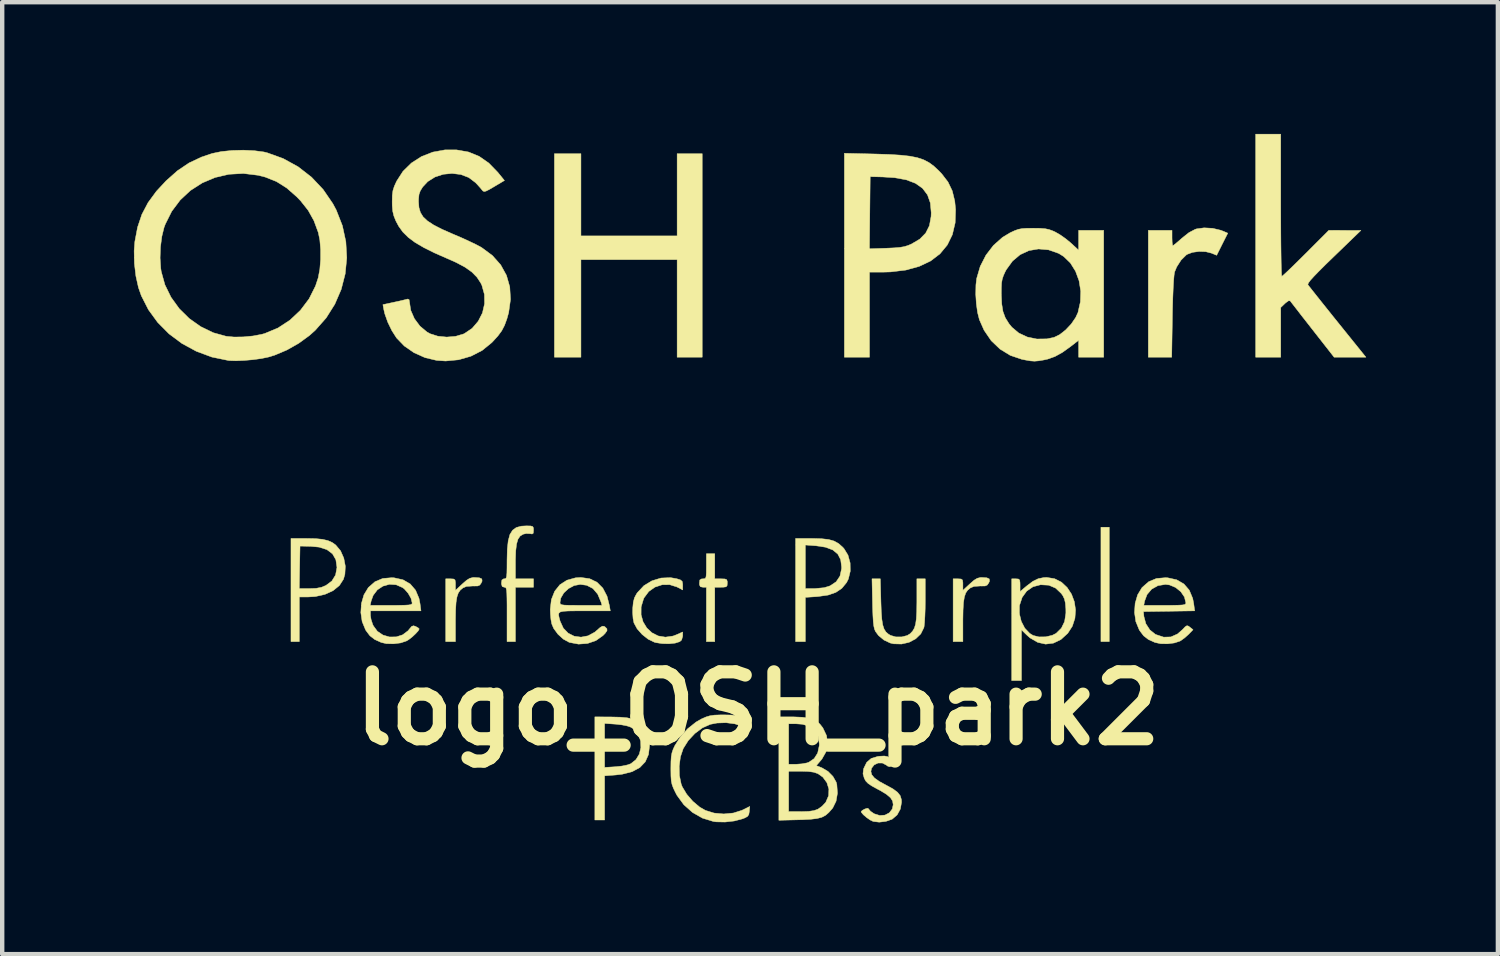
<source format=kicad_pcb>
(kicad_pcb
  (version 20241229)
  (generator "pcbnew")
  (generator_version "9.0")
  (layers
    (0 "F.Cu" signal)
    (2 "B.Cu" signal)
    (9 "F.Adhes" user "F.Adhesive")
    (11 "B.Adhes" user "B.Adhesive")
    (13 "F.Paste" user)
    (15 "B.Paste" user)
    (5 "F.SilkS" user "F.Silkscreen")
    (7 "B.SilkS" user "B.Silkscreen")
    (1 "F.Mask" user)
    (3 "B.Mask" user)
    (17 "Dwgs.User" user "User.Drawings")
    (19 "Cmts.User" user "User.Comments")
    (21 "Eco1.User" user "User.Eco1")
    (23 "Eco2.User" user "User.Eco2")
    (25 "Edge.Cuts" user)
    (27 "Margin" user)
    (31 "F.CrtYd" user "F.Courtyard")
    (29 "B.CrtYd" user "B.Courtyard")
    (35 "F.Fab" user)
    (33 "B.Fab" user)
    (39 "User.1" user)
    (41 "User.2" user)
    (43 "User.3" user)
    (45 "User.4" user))
  (footprint "logo_OSH_park2"
    (layer "F.Cu")
    (at 14.213 13.086)
    (property "Reference" "logo_OSH_park2" (at 0 0 0) (layer "F.SilkS") (effects (font (size 1.524 1.524) (thickness 0.3))))
    (attr through_hole)
    (fp_poly (pts (xy 8.001 -1.524) (xy 7.811 -1.524) (xy 7.811 -4.128) (xy 8.001 -4.128) (xy 8.001 -1.524)) (stroke (width 0.01) (type solid)) (fill yes) (layer "F.SilkS"))
    (fp_poly (pts (xy -4.032 -10.763) (xy -1.841 -10.763) (xy -1.841 -12.636) (xy -1.27 -12.636) (xy -1.27 -8.001) (xy -1.841 -8.001) (xy -1.841 -10.223) (xy -4.032 -10.223) (xy -4.032 -8.001) (xy -4.636 -8.001) (xy -4.636 -12.636) (xy -4.032 -12.636) (xy -4.032 -10.763)) (stroke (width 0.01) (type solid)) (fill yes) (layer "F.SilkS"))
    (fp_poly (pts (xy -0.984 -2.953) (xy -0.841 -2.953) (xy -0.754 -2.95) (xy -0.712 -2.934) (xy -0.699 -2.893) (xy -0.699 -2.857) (xy -0.703 -2.799) (xy -0.727 -2.771) (xy -0.787 -2.763) (xy -0.841 -2.762) (xy -0.984 -2.762) (xy -0.984 -1.524) (xy -1.175 -1.524) (xy -1.175 -2.762) (xy -1.254 -2.762) (xy -1.311 -2.773) (xy -1.332 -2.816) (xy -1.333 -2.857) (xy -1.325 -2.926) (xy -1.289 -2.95) (xy -1.254 -2.953) (xy -1.217 -2.955) (xy -1.193 -2.97) (xy -1.181 -3.01) (xy -1.176 -3.087) (xy -1.175 -3.213) (xy -1.175 -3.239) (xy -1.175 -3.524) (xy -0.984 -3.524) (xy -0.984 -2.953)) (stroke (width 0.01) (type solid)) (fill yes) (layer "F.SilkS"))
    (fp_poly (pts (xy -6.344 -2.976) (xy -6.289 -2.951) (xy -6.283 -2.902) (xy -6.302 -2.859) (xy -6.336 -2.811) (xy -6.385 -2.79) (xy -6.471 -2.789) (xy -6.491 -2.79) (xy -6.639 -2.78) (xy -6.72 -2.746) (xy -6.78 -2.696) (xy -6.825 -2.631) (xy -6.856 -2.54) (xy -6.876 -2.415) (xy -6.886 -2.246) (xy -6.89 -2.024) (xy -6.89 -2.001) (xy -6.89 -1.524) (xy -7.112 -1.524) (xy -7.112 -2.953) (xy -7.001 -2.953) (xy -6.931 -2.949) (xy -6.899 -2.926) (xy -6.89 -2.866) (xy -6.89 -2.821) (xy -6.89 -2.69) (xy -6.732 -2.837) (xy -6.637 -2.92) (xy -6.564 -2.965) (xy -6.493 -2.983) (xy -6.455 -2.984) (xy -6.344 -2.976)) (stroke (width 0.01) (type solid)) (fill yes) (layer "F.SilkS"))
    (fp_poly (pts (xy 5.213 -2.976) (xy 5.268 -2.951) (xy 5.274 -2.902) (xy 5.255 -2.859) (xy 5.221 -2.811) (xy 5.172 -2.79) (xy 5.086 -2.789) (xy 5.066 -2.79) (xy 4.918 -2.78) (xy 4.837 -2.746) (xy 4.777 -2.696) (xy 4.732 -2.631) (xy 4.701 -2.54) (xy 4.681 -2.415) (xy 4.671 -2.246) (xy 4.667 -2.024) (xy 4.667 -2.001) (xy 4.667 -1.524) (xy 4.445 -1.524) (xy 4.445 -2.953) (xy 4.556 -2.953) (xy 4.626 -2.949) (xy 4.658 -2.926) (xy 4.667 -2.866) (xy 4.667 -2.821) (xy 4.667 -2.69) (xy 4.825 -2.837) (xy 4.92 -2.92) (xy 4.993 -2.965) (xy 5.064 -2.983) (xy 5.102 -2.984) (xy 5.213 -2.976)) (stroke (width 0.01) (type solid)) (fill yes) (layer "F.SilkS"))
    (fp_poly (pts (xy 10.356 -10.936) (xy 10.54 -10.892) (xy 10.581 -10.876) (xy 10.7 -10.826) (xy 10.573 -10.574) (xy 10.447 -10.322) (xy 10.328 -10.371) (xy 10.197 -10.404) (xy 10.045 -10.409) (xy 9.897 -10.389) (xy 9.777 -10.344) (xy 9.755 -10.33) (xy 9.636 -10.212) (xy 9.537 -10.057) (xy 9.489 -9.941) (xy 9.478 -9.873) (xy 9.467 -9.748) (xy 9.457 -9.571) (xy 9.448 -9.349) (xy 9.441 -9.087) (xy 9.438 -8.914) (xy 9.423 -8.001) (xy 8.89 -8.001) (xy 8.89 -10.89) (xy 9.43 -10.89) (xy 9.43 -10.716) (xy 9.433 -10.62) (xy 9.441 -10.557) (xy 9.449 -10.541) (xy 9.479 -10.561) (xy 9.544 -10.614) (xy 9.631 -10.689) (xy 9.656 -10.712) (xy 9.815 -10.838) (xy 9.957 -10.913) (xy 9.987 -10.923) (xy 10.161 -10.947) (xy 10.356 -10.936)) (stroke (width 0.01) (type solid)) (fill yes) (layer "F.SilkS"))
    (fp_poly (pts (xy -10.295 -3.873) (xy -10.082 -3.869) (xy -9.92 -3.853) (xy -9.795 -3.824) (xy -9.694 -3.779) (xy -9.617 -3.723) (xy -9.507 -3.592) (xy -9.433 -3.425) (xy -9.398 -3.24) (xy -9.408 -3.057) (xy -9.441 -2.943) (xy -9.534 -2.8) (xy -9.678 -2.683) (xy -9.863 -2.599) (xy -10.08 -2.55) (xy -10.245 -2.54) (xy -10.446 -2.54) (xy -10.446 -1.524) (xy -10.636 -1.524) (xy -10.636 -2.731) (xy -10.447 -2.731) (xy -10.215 -2.731) (xy -10.061 -2.737) (xy -9.942 -2.76) (xy -9.841 -2.802) (xy -9.705 -2.903) (xy -9.62 -3.041) (xy -9.589 -3.209) (xy -9.589 -3.218) (xy -9.614 -3.389) (xy -9.69 -3.522) (xy -9.817 -3.618) (xy -9.994 -3.675) (xy -10.184 -3.693) (xy -10.43 -3.699) (xy -10.439 -3.215) (xy -10.447 -2.731) (xy -10.636 -2.731) (xy -10.636 -3.873) (xy -10.295 -3.873)) (stroke (width 0.01) (type solid)) (fill yes) (layer "F.SilkS"))
    (fp_poly (pts (xy 1.23 -3.873) (xy 1.444 -3.867) (xy 1.608 -3.849) (xy 1.735 -3.813) (xy 1.838 -3.755) (xy 1.93 -3.673) (xy 1.958 -3.643) (xy 2.05 -3.493) (xy 2.099 -3.314) (xy 2.102 -3.127) (xy 2.059 -2.95) (xy 2.017 -2.867) (xy 1.91 -2.737) (xy 1.773 -2.644) (xy 1.597 -2.583) (xy 1.371 -2.551) (xy 1.341 -2.548) (xy 1.079 -2.531) (xy 1.079 -1.524) (xy 0.857 -1.524) (xy 0.857 -2.731) (xy 1.079 -2.731) (xy 1.294 -2.731) (xy 1.507 -2.751) (xy 1.642 -2.793) (xy 1.781 -2.886) (xy 1.868 -3.016) (xy 1.904 -3.184) (xy 1.905 -3.223) (xy 1.884 -3.388) (xy 1.818 -3.517) (xy 1.704 -3.611) (xy 1.54 -3.673) (xy 1.321 -3.706) (xy 1.315 -3.706) (xy 1.079 -3.724) (xy 1.079 -2.731) (xy 0.857 -2.731) (xy 0.857 -3.873) (xy 1.23 -3.873)) (stroke (width 0.01) (type solid)) (fill yes) (layer "F.SilkS"))
    (fp_poly (pts (xy -3.342 0.193) (xy -3.136 0.198) (xy -2.981 0.212) (xy -2.862 0.239) (xy -2.769 0.281) (xy -2.686 0.343) (xy -2.666 0.361) (xy -2.554 0.491) (xy -2.492 0.633) (xy -2.469 0.808) (xy -2.469 0.841) (xy -2.493 1.047) (xy -2.567 1.215) (xy -2.691 1.345) (xy -2.866 1.439) (xy -3.093 1.497) (xy -3.237 1.514) (xy -3.493 1.533) (xy -3.493 2.54) (xy -3.715 2.54) (xy -3.715 1.342) (xy -3.493 1.342) (xy -3.246 1.327) (xy -3.096 1.311) (xy -2.968 1.284) (xy -2.896 1.258) (xy -2.778 1.164) (xy -2.702 1.038) (xy -2.667 0.892) (xy -2.673 0.741) (xy -2.721 0.6) (xy -2.811 0.484) (xy -2.893 0.427) (xy -2.974 0.399) (xy -3.095 0.374) (xy -3.23 0.358) (xy -3.243 0.357) (xy -3.493 0.34) (xy -3.493 1.342) (xy -3.715 1.342) (xy -3.715 0.191) (xy -3.342 0.193)) (stroke (width 0.01) (type solid)) (fill yes) (layer "F.SilkS"))
    (fp_poly (pts (xy 2.8 -2.437) (xy 2.808 -2.208) (xy 2.821 -2.033) (xy 2.841 -1.904) (xy 2.872 -1.81) (xy 2.915 -1.742) (xy 2.973 -1.692) (xy 3.022 -1.664) (xy 3.14 -1.63) (xy 3.274 -1.63) (xy 3.399 -1.662) (xy 3.466 -1.703) (xy 3.521 -1.761) (xy 3.562 -1.83) (xy 3.59 -1.921) (xy 3.607 -2.043) (xy 3.616 -2.207) (xy 3.619 -2.423) (xy 3.619 -2.46) (xy 3.619 -2.953) (xy 3.81 -2.953) (xy 3.81 -2.453) (xy 3.808 -2.271) (xy 3.802 -2.104) (xy 3.794 -1.965) (xy 3.784 -1.868) (xy 3.778 -1.84) (xy 3.708 -1.699) (xy 3.592 -1.587) (xy 3.441 -1.507) (xy 3.269 -1.468) (xy 3.089 -1.473) (xy 3.01 -1.492) (xy 2.869 -1.559) (xy 2.745 -1.662) (xy 2.675 -1.757) (xy 2.654 -1.808) (xy 2.638 -1.878) (xy 2.626 -1.979) (xy 2.618 -2.118) (xy 2.611 -2.307) (xy 2.609 -2.405) (xy 2.597 -2.953) (xy 2.787 -2.953) (xy 2.8 -2.437)) (stroke (width 0.01) (type solid)) (fill yes) (layer "F.SilkS"))
    (fp_poly (pts (xy -1.849 -2.955) (xy -1.765 -2.928) (xy -1.726 -2.895) (xy -1.715 -2.838) (xy -1.714 -2.809) (xy -1.714 -2.7) (xy -1.843 -2.767) (xy -2.01 -2.82) (xy -2.182 -2.818) (xy -2.345 -2.765) (xy -2.487 -2.665) (xy -2.593 -2.523) (xy -2.606 -2.496) (xy -2.661 -2.313) (xy -2.662 -2.136) (xy -2.617 -1.974) (xy -2.532 -1.834) (xy -2.414 -1.724) (xy -2.271 -1.652) (xy -2.108 -1.625) (xy -1.934 -1.65) (xy -1.863 -1.677) (xy -1.714 -1.743) (xy -1.714 -1.65) (xy -1.739 -1.56) (xy -1.782 -1.522) (xy -1.886 -1.489) (xy -2.027 -1.474) (xy -2.181 -1.478) (xy -2.324 -1.5) (xy -2.36 -1.51) (xy -2.502 -1.579) (xy -2.639 -1.687) (xy -2.752 -1.815) (xy -2.823 -1.946) (xy -2.825 -1.951) (xy -2.845 -2.05) (xy -2.854 -2.184) (xy -2.852 -2.288) (xy -2.839 -2.422) (xy -2.813 -2.521) (xy -2.766 -2.61) (xy -2.744 -2.641) (xy -2.598 -2.797) (xy -2.415 -2.908) (xy -2.208 -2.971) (xy -1.991 -2.98) (xy -1.849 -2.955)) (stroke (width 0.01) (type solid)) (fill yes) (layer "F.SilkS"))
    (fp_poly (pts (xy -5.178 -4.157) (xy -5.131 -4.145) (xy -5.114 -4.113) (xy -5.112 -4.061) (xy -5.117 -3.993) (xy -5.144 -3.974) (xy -5.189 -3.981) (xy -5.278 -3.985) (xy -5.349 -3.969) (xy -5.417 -3.927) (xy -5.466 -3.856) (xy -5.498 -3.746) (xy -5.517 -3.591) (xy -5.524 -3.383) (xy -5.524 -3.335) (xy -5.524 -2.953) (xy -5.112 -2.953) (xy -5.112 -2.762) (xy -5.524 -2.762) (xy -5.524 -1.524) (xy -5.715 -1.524) (xy -5.715 -2.143) (xy -5.715 -2.356) (xy -5.717 -2.513) (xy -5.72 -2.624) (xy -5.726 -2.695) (xy -5.736 -2.737) (xy -5.75 -2.756) (xy -5.769 -2.762) (xy -5.779 -2.762) (xy -5.825 -2.777) (xy -5.841 -2.833) (xy -5.842 -2.857) (xy -5.832 -2.927) (xy -5.795 -2.952) (xy -5.779 -2.953) (xy -5.753 -2.956) (xy -5.735 -2.973) (xy -5.724 -3.013) (xy -5.718 -3.087) (xy -5.716 -3.203) (xy -5.715 -3.373) (xy -5.715 -3.381) (xy -5.709 -3.629) (xy -5.688 -3.82) (xy -5.65 -3.962) (xy -5.589 -4.06) (xy -5.504 -4.122) (xy -5.389 -4.153) (xy -5.274 -4.159) (xy -5.178 -4.157)) (stroke (width 0.01) (type solid)) (fill yes) (layer "F.SilkS"))
    (fp_poly (pts (xy 11.906 -11.462) (xy 11.907 -11.148) (xy 11.908 -10.854) (xy 11.91 -10.586) (xy 11.913 -10.35) (xy 11.916 -10.152) (xy 11.92 -9.998) (xy 11.924 -9.894) (xy 11.929 -9.845) (xy 11.93 -9.842) (xy 11.959 -9.864) (xy 12.025 -9.924) (xy 12.123 -10.017) (xy 12.246 -10.137) (xy 12.387 -10.276) (xy 12.478 -10.366) (xy 13.001 -10.89) (xy 13.732 -10.888) (xy 13.115 -10.292) (xy 12.92 -10.103) (xy 12.769 -9.952) (xy 12.657 -9.836) (xy 12.581 -9.752) (xy 12.538 -9.694) (xy 12.524 -9.659) (xy 12.526 -9.65) (xy 12.552 -9.615) (xy 12.614 -9.537) (xy 12.705 -9.422) (xy 12.821 -9.276) (xy 12.957 -9.106) (xy 13.108 -8.917) (xy 13.2 -8.803) (xy 13.846 -8.001) (xy 13.122 -8.001) (xy 12.633 -8.625) (xy 12.498 -8.798) (xy 12.375 -8.955) (xy 12.271 -9.09) (xy 12.19 -9.194) (xy 12.138 -9.261) (xy 12.122 -9.283) (xy 12.086 -9.287) (xy 12.021 -9.241) (xy 12.003 -9.225) (xy 11.906 -9.132) (xy 11.906 -8.001) (xy 11.335 -8.001) (xy 11.335 -13.081) (xy 11.906 -13.081) (xy 11.906 -11.462)) (stroke (width 0.01) (type solid)) (fill yes) (layer "F.SilkS"))
    (fp_poly (pts (xy 2.691 -12.628) (xy 2.999 -12.618) (xy 3.252 -12.602) (xy 3.46 -12.579) (xy 3.63 -12.545) (xy 3.773 -12.497) (xy 3.896 -12.433) (xy 4.008 -12.35) (xy 4.119 -12.246) (xy 4.185 -12.177) (xy 4.328 -11.991) (xy 4.425 -11.789) (xy 4.482 -11.556) (xy 4.501 -11.363) (xy 4.491 -11.061) (xy 4.427 -10.791) (xy 4.312 -10.556) (xy 4.146 -10.356) (xy 3.933 -10.193) (xy 3.672 -10.069) (xy 3.367 -9.985) (xy 3.019 -9.943) (xy 2.839 -9.938) (xy 2.54 -9.938) (xy 2.54 -8.001) (xy 1.968 -8.001) (xy 1.968 -10.47) (xy 2.539 -10.47) (xy 2.928 -10.483) (xy 3.104 -10.491) (xy 3.233 -10.502) (xy 3.332 -10.519) (xy 3.417 -10.545) (xy 3.495 -10.578) (xy 3.685 -10.69) (xy 3.82 -10.827) (xy 3.905 -10.997) (xy 3.943 -11.206) (xy 3.946 -11.291) (xy 3.926 -11.514) (xy 3.861 -11.698) (xy 3.749 -11.847) (xy 3.588 -11.961) (xy 3.377 -12.041) (xy 3.113 -12.089) (xy 2.842 -12.106) (xy 2.556 -12.113) (xy 2.547 -11.291) (xy 2.539 -10.47) (xy 1.968 -10.47) (xy 1.968 -12.645) (xy 2.691 -12.628)) (stroke (width 0.01) (type solid)) (fill yes) (layer "F.SilkS"))
    (fp_poly (pts (xy 6.755 -2.956) (xy 6.912 -2.877) (xy 7.041 -2.756) (xy 7.141 -2.604) (xy 7.206 -2.43) (xy 7.233 -2.244) (xy 7.219 -2.055) (xy 7.16 -1.874) (xy 7.056 -1.713) (xy 6.899 -1.57) (xy 6.728 -1.488) (xy 6.551 -1.466) (xy 6.372 -1.506) (xy 6.197 -1.607) (xy 6.12 -1.675) (xy 6.001 -1.791) (xy 6.001 -0.635) (xy 5.779 -0.635) (xy 5.779 -2.158) (xy 5.954 -2.158) (xy 5.997 -1.983) (xy 6.077 -1.829) (xy 6.188 -1.711) (xy 6.267 -1.663) (xy 6.4 -1.63) (xy 6.555 -1.632) (xy 6.703 -1.667) (xy 6.79 -1.711) (xy 6.911 -1.83) (xy 6.984 -1.982) (xy 7.013 -2.173) (xy 7.012 -2.27) (xy 7.001 -2.402) (xy 6.98 -2.494) (xy 6.943 -2.57) (xy 6.909 -2.618) (xy 6.779 -2.742) (xy 6.623 -2.808) (xy 6.438 -2.818) (xy 6.436 -2.818) (xy 6.263 -2.772) (xy 6.121 -2.674) (xy 6.017 -2.531) (xy 5.958 -2.352) (xy 5.955 -2.336) (xy 5.954 -2.158) (xy 5.779 -2.158) (xy 5.779 -2.953) (xy 5.874 -2.953) (xy 5.932 -2.949) (xy 5.96 -2.925) (xy 5.968 -2.865) (xy 5.969 -2.808) (xy 5.969 -2.663) (xy 6.12 -2.79) (xy 6.259 -2.895) (xy 6.383 -2.956) (xy 6.511 -2.982) (xy 6.575 -2.985) (xy 6.755 -2.956)) (stroke (width 0.01) (type solid)) (fill yes) (layer "F.SilkS"))
    (fp_poly (pts (xy 2.949 1.095) (xy 3.013 1.135) (xy 3.051 1.168) (xy 3.159 1.264) (xy 3.072 1.304) (xy 3.001 1.327) (xy 2.951 1.311) (xy 2.927 1.291) (xy 2.834 1.242) (xy 2.735 1.242) (xy 2.647 1.284) (xy 2.587 1.36) (xy 2.572 1.434) (xy 2.591 1.508) (xy 2.652 1.582) (xy 2.762 1.661) (xy 2.917 1.745) (xy 3.074 1.831) (xy 3.178 1.908) (xy 3.24 1.986) (xy 3.267 2.076) (xy 3.27 2.134) (xy 3.243 2.289) (xy 3.17 2.423) (xy 3.06 2.518) (xy 3.053 2.522) (xy 2.914 2.571) (xy 2.762 2.589) (xy 2.627 2.573) (xy 2.623 2.572) (xy 2.553 2.538) (xy 2.473 2.482) (xy 2.401 2.42) (xy 2.356 2.367) (xy 2.349 2.349) (xy 2.375 2.322) (xy 2.43 2.291) (xy 2.492 2.271) (xy 2.522 2.287) (xy 2.527 2.298) (xy 2.564 2.341) (xy 2.635 2.39) (xy 2.648 2.398) (xy 2.773 2.437) (xy 2.892 2.428) (xy 2.992 2.376) (xy 3.059 2.289) (xy 3.08 2.191) (xy 3.066 2.107) (xy 3.018 2.032) (xy 2.929 1.956) (xy 2.79 1.871) (xy 2.725 1.837) (xy 2.594 1.765) (xy 2.508 1.707) (xy 2.455 1.652) (xy 2.422 1.591) (xy 2.392 1.489) (xy 2.403 1.389) (xy 2.409 1.365) (xy 2.476 1.227) (xy 2.58 1.137) (xy 2.729 1.092) (xy 2.773 1.087) (xy 2.879 1.082) (xy 2.949 1.095)) (stroke (width 0.01) (type solid)) (fill yes) (layer "F.SilkS"))
    (fp_poly (pts (xy 9.334 -2.976) (xy 9.537 -2.931) (xy 9.701 -2.836) (xy 9.823 -2.695) (xy 9.901 -2.508) (xy 9.924 -2.39) (xy 9.946 -2.224) (xy 9.362 -2.215) (xy 8.779 -2.207) (xy 8.79 -2.095) (xy 8.834 -1.931) (xy 8.925 -1.79) (xy 9.051 -1.689) (xy 9.065 -1.683) (xy 9.241 -1.625) (xy 9.404 -1.63) (xy 9.555 -1.697) (xy 9.668 -1.796) (xy 9.731 -1.862) (xy 9.771 -1.886) (xy 9.807 -1.875) (xy 9.839 -1.85) (xy 9.909 -1.794) (xy 9.806 -1.688) (xy 9.72 -1.611) (xy 9.632 -1.547) (xy 9.609 -1.534) (xy 9.484 -1.493) (xy 9.328 -1.473) (xy 9.17 -1.476) (xy 9.041 -1.504) (xy 8.891 -1.572) (xy 8.783 -1.656) (xy 8.695 -1.772) (xy 8.682 -1.794) (xy 8.606 -1.979) (xy 8.576 -2.185) (xy 8.587 -2.349) (xy 8.787 -2.349) (xy 9.267 -2.349) (xy 9.452 -2.35) (xy 9.582 -2.353) (xy 9.668 -2.358) (xy 9.717 -2.367) (xy 9.74 -2.382) (xy 9.746 -2.403) (xy 9.746 -2.405) (xy 9.713 -2.539) (xy 9.63 -2.66) (xy 9.512 -2.756) (xy 9.373 -2.814) (xy 9.281 -2.826) (xy 9.109 -2.798) (xy 8.966 -2.718) (xy 8.861 -2.594) (xy 8.806 -2.447) (xy 8.787 -2.349) (xy 8.587 -2.349) (xy 8.59 -2.394) (xy 8.647 -2.589) (xy 8.746 -2.753) (xy 8.75 -2.757) (xy 8.898 -2.887) (xy 9.075 -2.961) (xy 9.281 -2.979) (xy 9.334 -2.976)) (stroke (width 0.01) (type solid)) (fill yes) (layer "F.SilkS"))
    (fp_poly (pts (xy -8.287 -2.976) (xy -8.084 -2.931) (xy -7.92 -2.836) (xy -7.799 -2.695) (xy -7.72 -2.508) (xy -7.697 -2.389) (xy -7.675 -2.223) (xy -8.826 -2.223) (xy -8.826 -2.121) (xy -8.812 -2.029) (xy -8.777 -1.921) (xy -8.761 -1.885) (xy -8.668 -1.758) (xy -8.54 -1.672) (xy -8.392 -1.629) (xy -8.238 -1.631) (xy -8.092 -1.678) (xy -7.969 -1.771) (xy -7.936 -1.812) (xy -7.886 -1.871) (xy -7.843 -1.884) (xy -7.793 -1.867) (xy -7.736 -1.834) (xy -7.715 -1.812) (xy -7.738 -1.768) (xy -7.797 -1.703) (xy -7.874 -1.631) (xy -7.954 -1.569) (xy -8.001 -1.54) (xy -8.136 -1.494) (xy -8.3 -1.473) (xy -8.463 -1.477) (xy -8.58 -1.504) (xy -8.73 -1.572) (xy -8.838 -1.656) (xy -8.926 -1.772) (xy -8.939 -1.794) (xy -9.015 -1.979) (xy -9.045 -2.185) (xy -9.034 -2.349) (xy -8.832 -2.349) (xy -8.353 -2.349) (xy -8.168 -2.35) (xy -8.038 -2.353) (xy -7.953 -2.358) (xy -7.904 -2.368) (xy -7.881 -2.382) (xy -7.875 -2.403) (xy -7.876 -2.405) (xy -7.902 -2.51) (xy -7.967 -2.624) (xy -8.054 -2.723) (xy -8.093 -2.753) (xy -8.241 -2.818) (xy -8.394 -2.828) (xy -8.541 -2.787) (xy -8.669 -2.702) (xy -8.764 -2.576) (xy -8.809 -2.453) (xy -8.832 -2.349) (xy -9.034 -2.349) (xy -9.031 -2.394) (xy -8.974 -2.589) (xy -8.875 -2.753) (xy -8.871 -2.757) (xy -8.723 -2.887) (xy -8.547 -2.961) (xy -8.34 -2.979) (xy -8.287 -2.976)) (stroke (width 0.01) (type solid)) (fill yes) (layer "F.SilkS"))
    (fp_poly (pts (xy 0.802 0.191) (xy 1.017 0.2) (xy 1.183 0.226) (xy 1.309 0.275) (xy 1.407 0.351) (xy 1.477 0.44) (xy 1.562 0.619) (xy 1.587 0.804) (xy 1.552 0.983) (xy 1.458 1.149) (xy 1.442 1.169) (xy 1.329 1.301) (xy 1.458 1.352) (xy 1.595 1.433) (xy 1.708 1.548) (xy 1.782 1.679) (xy 1.796 1.731) (xy 1.81 1.929) (xy 1.779 2.111) (xy 1.705 2.262) (xy 1.692 2.279) (xy 1.614 2.368) (xy 1.539 2.433) (xy 1.453 2.478) (xy 1.344 2.506) (xy 1.201 2.523) (xy 1.011 2.533) (xy 0.929 2.535) (xy 0.476 2.546) (xy 0.476 2.349) (xy 0.699 2.349) (xy 0.976 2.349) (xy 1.149 2.344) (xy 1.273 2.326) (xy 1.365 2.294) (xy 1.458 2.228) (xy 1.539 2.142) (xy 1.547 2.13) (xy 1.609 1.986) (xy 1.615 1.834) (xy 1.569 1.688) (xy 1.477 1.563) (xy 1.365 1.484) (xy 1.273 1.452) (xy 1.148 1.434) (xy 0.976 1.429) (xy 0.699 1.429) (xy 0.699 2.349) (xy 0.476 2.349) (xy 0.476 0.349) (xy 0.699 0.349) (xy 0.699 1.27) (xy 0.874 1.27) (xy 0.997 1.261) (xy 1.113 1.24) (xy 1.159 1.224) (xy 1.28 1.141) (xy 1.36 1.014) (xy 1.395 0.851) (xy 1.397 0.81) (xy 1.373 0.635) (xy 1.3 0.501) (xy 1.18 0.409) (xy 1.013 0.359) (xy 0.874 0.349) (xy 0.699 0.349) (xy 0.476 0.349) (xy 0.476 0.191) (xy 0.802 0.191)) (stroke (width 0.01) (type solid)) (fill yes) (layer "F.SilkS"))
    (fp_poly (pts (xy -3.834 -2.956) (xy -3.666 -2.875) (xy -3.534 -2.742) (xy -3.438 -2.558) (xy -3.383 -2.342) (xy -3.363 -2.223) (xy -3.951 -2.223) (xy -4.165 -2.223) (xy -4.322 -2.221) (xy -4.431 -2.214) (xy -4.499 -2.2) (xy -4.533 -2.174) (xy -4.541 -2.133) (xy -4.53 -2.075) (xy -4.508 -1.995) (xy -4.505 -1.986) (xy -4.433 -1.829) (xy -4.322 -1.715) (xy -4.185 -1.646) (xy -4.03 -1.625) (xy -3.871 -1.655) (xy -3.718 -1.738) (xy -3.672 -1.777) (xy -3.593 -1.846) (xy -3.542 -1.875) (xy -3.503 -1.871) (xy -3.484 -1.859) (xy -3.44 -1.816) (xy -3.438 -1.772) (xy -3.481 -1.711) (xy -3.532 -1.659) (xy -3.692 -1.546) (xy -3.882 -1.481) (xy -4.086 -1.466) (xy -4.29 -1.504) (xy -4.302 -1.508) (xy -4.433 -1.58) (xy -4.556 -1.692) (xy -4.653 -1.824) (xy -4.696 -1.925) (xy -4.715 -2.024) (xy -4.727 -2.155) (xy -4.731 -2.256) (xy -4.712 -2.421) (xy -4.508 -2.421) (xy -4.507 -2.394) (xy -4.495 -2.374) (xy -4.464 -2.362) (xy -4.404 -2.354) (xy -4.306 -2.351) (xy -4.16 -2.35) (xy -4.03 -2.349) (xy -3.552 -2.349) (xy -3.573 -2.421) (xy -3.65 -2.604) (xy -3.759 -2.732) (xy -3.901 -2.806) (xy -4.048 -2.826) (xy -4.187 -2.8) (xy -4.316 -2.731) (xy -4.422 -2.632) (xy -4.491 -2.515) (xy -4.508 -2.421) (xy -4.712 -2.421) (xy -4.705 -2.481) (xy -4.63 -2.67) (xy -4.511 -2.819) (xy -4.351 -2.922) (xy -4.155 -2.976) (xy -4.035 -2.984) (xy -3.834 -2.956)) (stroke (width 0.01) (type solid)) (fill yes) (layer "F.SilkS"))
    (fp_poly (pts (xy -0.607 0.149) (xy -0.465 0.166) (xy -0.349 0.198) (xy -0.341 0.201) (xy -0.252 0.24) (xy -0.207 0.276) (xy -0.192 0.327) (xy -0.191 0.368) (xy -0.195 0.44) (xy -0.206 0.476) (xy -0.208 0.476) (xy -0.244 0.463) (xy -0.316 0.429) (xy -0.358 0.408) (xy -0.526 0.35) (xy -0.726 0.324) (xy -0.933 0.331) (xy -1.087 0.361) (xy -1.265 0.441) (xy -1.437 0.569) (xy -1.588 0.731) (xy -1.702 0.912) (xy -1.703 0.915) (xy -1.766 1.101) (xy -1.794 1.313) (xy -1.789 1.527) (xy -1.749 1.721) (xy -1.724 1.785) (xy -1.623 1.953) (xy -1.485 2.113) (xy -1.327 2.246) (xy -1.197 2.321) (xy -0.999 2.382) (xy -0.779 2.402) (xy -0.561 2.381) (xy -0.368 2.32) (xy -0.355 2.314) (xy -0.187 2.231) (xy -0.197 2.345) (xy -0.209 2.416) (xy -0.24 2.46) (xy -0.309 2.496) (xy -0.353 2.513) (xy -0.54 2.562) (xy -0.75 2.586) (xy -0.952 2.582) (xy -1.016 2.573) (xy -1.264 2.497) (xy -1.492 2.367) (xy -1.689 2.191) (xy -1.846 1.976) (xy -1.88 1.911) (xy -1.928 1.811) (xy -1.958 1.728) (xy -1.975 1.644) (xy -1.982 1.538) (xy -1.984 1.391) (xy -1.984 1.366) (xy -1.982 1.209) (xy -1.975 1.097) (xy -1.959 1.01) (xy -1.932 0.929) (xy -1.894 0.847) (xy -1.768 0.647) (xy -1.601 0.461) (xy -1.41 0.309) (xy -1.286 0.238) (xy -1.184 0.193) (xy -1.094 0.166) (xy -0.993 0.151) (xy -0.858 0.146) (xy -0.794 0.145) (xy -0.607 0.149)) (stroke (width 0.01) (type solid)) (fill yes) (layer "F.SilkS"))
    (fp_poly (pts (xy 6.427 -10.936) (xy 6.541 -10.927) (xy 6.631 -10.908) (xy 6.718 -10.876) (xy 6.763 -10.856) (xy 6.877 -10.791) (xy 7.007 -10.7) (xy 7.12 -10.607) (xy 7.303 -10.439) (xy 7.303 -10.89) (xy 7.874 -10.89) (xy 7.874 -8.001) (xy 7.303 -8.001) (xy 7.303 -8.386) (xy 7.12 -8.244) (xy 6.932 -8.109) (xy 6.763 -8.016) (xy 6.597 -7.957) (xy 6.512 -7.938) (xy 6.393 -7.918) (xy 6.298 -7.91) (xy 6.203 -7.917) (xy 6.084 -7.938) (xy 6.006 -7.954) (xy 5.746 -8.042) (xy 5.513 -8.185) (xy 5.312 -8.377) (xy 5.15 -8.614) (xy 5.043 -8.855) (xy 5.001 -9.02) (xy 4.973 -9.224) (xy 4.96 -9.43) (xy 5.542 -9.43) (xy 5.552 -9.213) (xy 5.58 -9.041) (xy 5.633 -8.898) (xy 5.716 -8.765) (xy 5.783 -8.683) (xy 5.94 -8.551) (xy 6.134 -8.46) (xy 6.352 -8.415) (xy 6.581 -8.418) (xy 6.743 -8.452) (xy 6.872 -8.515) (xy 7.008 -8.622) (xy 7.134 -8.756) (xy 7.235 -8.903) (xy 7.288 -9.017) (xy 7.343 -9.26) (xy 7.351 -9.505) (xy 7.313 -9.741) (xy 7.233 -9.958) (xy 7.115 -10.147) (xy 6.962 -10.295) (xy 6.849 -10.365) (xy 6.618 -10.446) (xy 6.389 -10.466) (xy 6.171 -10.429) (xy 5.971 -10.336) (xy 5.797 -10.19) (xy 5.655 -9.994) (xy 5.629 -9.945) (xy 5.589 -9.856) (xy 5.563 -9.777) (xy 5.548 -9.69) (xy 5.543 -9.576) (xy 5.542 -9.43) (xy 4.96 -9.43) (xy 4.96 -9.441) (xy 4.964 -9.647) (xy 4.981 -9.794) (xy 5.062 -10.069) (xy 5.192 -10.324) (xy 5.364 -10.548) (xy 5.57 -10.731) (xy 5.741 -10.834) (xy 5.844 -10.882) (xy 5.929 -10.913) (xy 6.016 -10.93) (xy 6.127 -10.937) (xy 6.27 -10.938) (xy 6.427 -10.936)) (stroke (width 0.01) (type solid)) (fill yes) (layer "F.SilkS"))
    (fp_poly (pts (xy -11.472 -12.704) (xy -11.253 -12.675) (xy -11.176 -12.656) (xy -10.811 -12.524) (xy -10.473 -12.338) (xy -10.168 -12.101) (xy -9.903 -11.82) (xy -9.683 -11.499) (xy -9.604 -11.351) (xy -9.465 -10.996) (xy -9.386 -10.631) (xy -9.365 -10.263) (xy -9.401 -9.899) (xy -9.492 -9.545) (xy -9.637 -9.209) (xy -9.834 -8.896) (xy -10.083 -8.614) (xy -10.217 -8.494) (xy -10.462 -8.316) (xy -10.733 -8.163) (xy -11.008 -8.047) (xy -11.153 -8.003) (xy -11.313 -7.97) (xy -11.504 -7.944) (xy -11.703 -7.927) (xy -11.888 -7.919) (xy -12.039 -7.924) (xy -12.065 -7.927) (xy -12.438 -8.004) (xy -12.791 -8.135) (xy -13.119 -8.313) (xy -13.414 -8.533) (xy -13.671 -8.792) (xy -13.883 -9.083) (xy -14.045 -9.402) (xy -14.11 -9.588) (xy -14.168 -9.848) (xy -14.202 -10.137) (xy -14.205 -10.262) (xy -13.617 -10.262) (xy -13.602 -10.027) (xy -13.591 -9.952) (xy -13.507 -9.65) (xy -13.368 -9.366) (xy -13.181 -9.107) (xy -12.953 -8.882) (xy -12.692 -8.697) (xy -12.405 -8.558) (xy -12.112 -8.477) (xy -11.932 -8.46) (xy -11.72 -8.463) (xy -11.5 -8.484) (xy -11.301 -8.522) (xy -11.235 -8.54) (xy -10.933 -8.666) (xy -10.659 -8.845) (xy -10.421 -9.069) (xy -10.224 -9.33) (xy -10.077 -9.623) (xy -10.015 -9.811) (xy -9.979 -10.003) (xy -9.961 -10.225) (xy -9.961 -10.456) (xy -9.979 -10.671) (xy -10.014 -10.841) (xy -10.113 -11.109) (xy -10.243 -11.343) (xy -10.417 -11.563) (xy -10.506 -11.655) (xy -10.734 -11.855) (xy -10.966 -12.001) (xy -11.219 -12.102) (xy -11.382 -12.144) (xy -11.719 -12.185) (xy -12.048 -12.167) (xy -12.363 -12.094) (xy -12.657 -11.97) (xy -12.925 -11.798) (xy -13.158 -11.581) (xy -13.352 -11.323) (xy -13.499 -11.029) (xy -13.527 -10.954) (xy -13.577 -10.751) (xy -13.608 -10.512) (xy -13.617 -10.262) (xy -14.205 -10.262) (xy -14.208 -10.424) (xy -14.192 -10.633) (xy -14.13 -10.96) (xy -14.032 -11.252) (xy -13.891 -11.521) (xy -13.701 -11.78) (xy -13.481 -12.017) (xy -13.221 -12.248) (xy -12.956 -12.426) (xy -12.669 -12.561) (xy -12.43 -12.641) (xy -12.222 -12.684) (xy -11.978 -12.709) (xy -11.721 -12.716) (xy -11.472 -12.704)) (stroke (width 0.01) (type solid)) (fill yes) (layer "F.SilkS"))
    (fp_poly (pts (xy -6.864 -12.722) (xy -6.592 -12.674) (xy -6.35 -12.575) (xy -6.13 -12.422) (xy -5.924 -12.21) (xy -5.913 -12.196) (xy -5.774 -12.025) (xy -6.006 -11.887) (xy -6.12 -11.82) (xy -6.193 -11.784) (xy -6.236 -11.774) (xy -6.264 -11.786) (xy -6.279 -11.803) (xy -6.324 -11.858) (xy -6.394 -11.936) (xy -6.435 -11.978) (xy -6.587 -12.093) (xy -6.768 -12.162) (xy -6.966 -12.186) (xy -7.166 -12.167) (xy -7.356 -12.105) (xy -7.521 -12.001) (xy -7.636 -11.878) (xy -7.691 -11.789) (xy -7.72 -11.706) (xy -7.73 -11.601) (xy -7.731 -11.541) (xy -7.721 -11.41) (xy -7.688 -11.297) (xy -7.626 -11.197) (xy -7.527 -11.104) (xy -7.387 -11.012) (xy -7.198 -10.915) (xy -6.955 -10.808) (xy -6.927 -10.796) (xy -6.751 -10.721) (xy -6.581 -10.643) (xy -6.43 -10.571) (xy -6.317 -10.511) (xy -6.291 -10.496) (xy -6.048 -10.316) (xy -5.86 -10.104) (xy -5.728 -9.865) (xy -5.653 -9.602) (xy -5.636 -9.319) (xy -5.678 -9.018) (xy -5.718 -8.874) (xy -5.772 -8.726) (xy -5.836 -8.603) (xy -5.923 -8.485) (xy -6.045 -8.351) (xy -6.065 -8.331) (xy -6.283 -8.154) (xy -6.538 -8.023) (xy -6.819 -7.942) (xy -7.114 -7.914) (xy -7.318 -7.928) (xy -7.583 -7.991) (xy -7.834 -8.103) (xy -8.055 -8.256) (xy -8.232 -8.44) (xy -8.337 -8.604) (xy -8.431 -8.797) (xy -8.499 -8.989) (xy -8.521 -9.084) (xy -8.542 -9.198) (xy -8.279 -9.255) (xy -8.154 -9.282) (xy -8.051 -9.307) (xy -7.987 -9.323) (xy -7.977 -9.326) (xy -7.946 -9.313) (xy -7.938 -9.264) (xy -7.908 -9.068) (xy -7.825 -8.878) (xy -7.699 -8.709) (xy -7.539 -8.575) (xy -7.467 -8.535) (xy -7.291 -8.479) (xy -7.089 -8.459) (xy -6.886 -8.476) (xy -6.706 -8.53) (xy -6.691 -8.536) (xy -6.511 -8.657) (xy -6.372 -8.819) (xy -6.275 -9.009) (xy -6.227 -9.217) (xy -6.23 -9.43) (xy -6.288 -9.638) (xy -6.312 -9.688) (xy -6.399 -9.821) (xy -6.516 -9.94) (xy -6.672 -10.051) (xy -6.877 -10.16) (xy -7.064 -10.243) (xy -7.365 -10.375) (xy -7.61 -10.497) (xy -7.808 -10.613) (xy -7.965 -10.73) (xy -8.088 -10.852) (xy -8.183 -10.984) (xy -8.247 -11.104) (xy -8.293 -11.219) (xy -8.319 -11.327) (xy -8.33 -11.457) (xy -8.331 -11.545) (xy -8.328 -11.687) (xy -8.314 -11.794) (xy -8.283 -11.892) (xy -8.23 -12.009) (xy -8.229 -12.011) (xy -8.084 -12.236) (xy -7.892 -12.424) (xy -7.663 -12.571) (xy -7.405 -12.672) (xy -7.125 -12.723) (xy -6.864 -12.722)) (stroke (width 0.01) (type solid)) (fill yes) (layer "F.SilkS")))
  (gr_rect
    (start -3 -3)
    (end 31.065 18.68)
    (stroke (width 0.1) (type default))
    (fill no)
    (layer "Edge.Cuts")))
</source>
